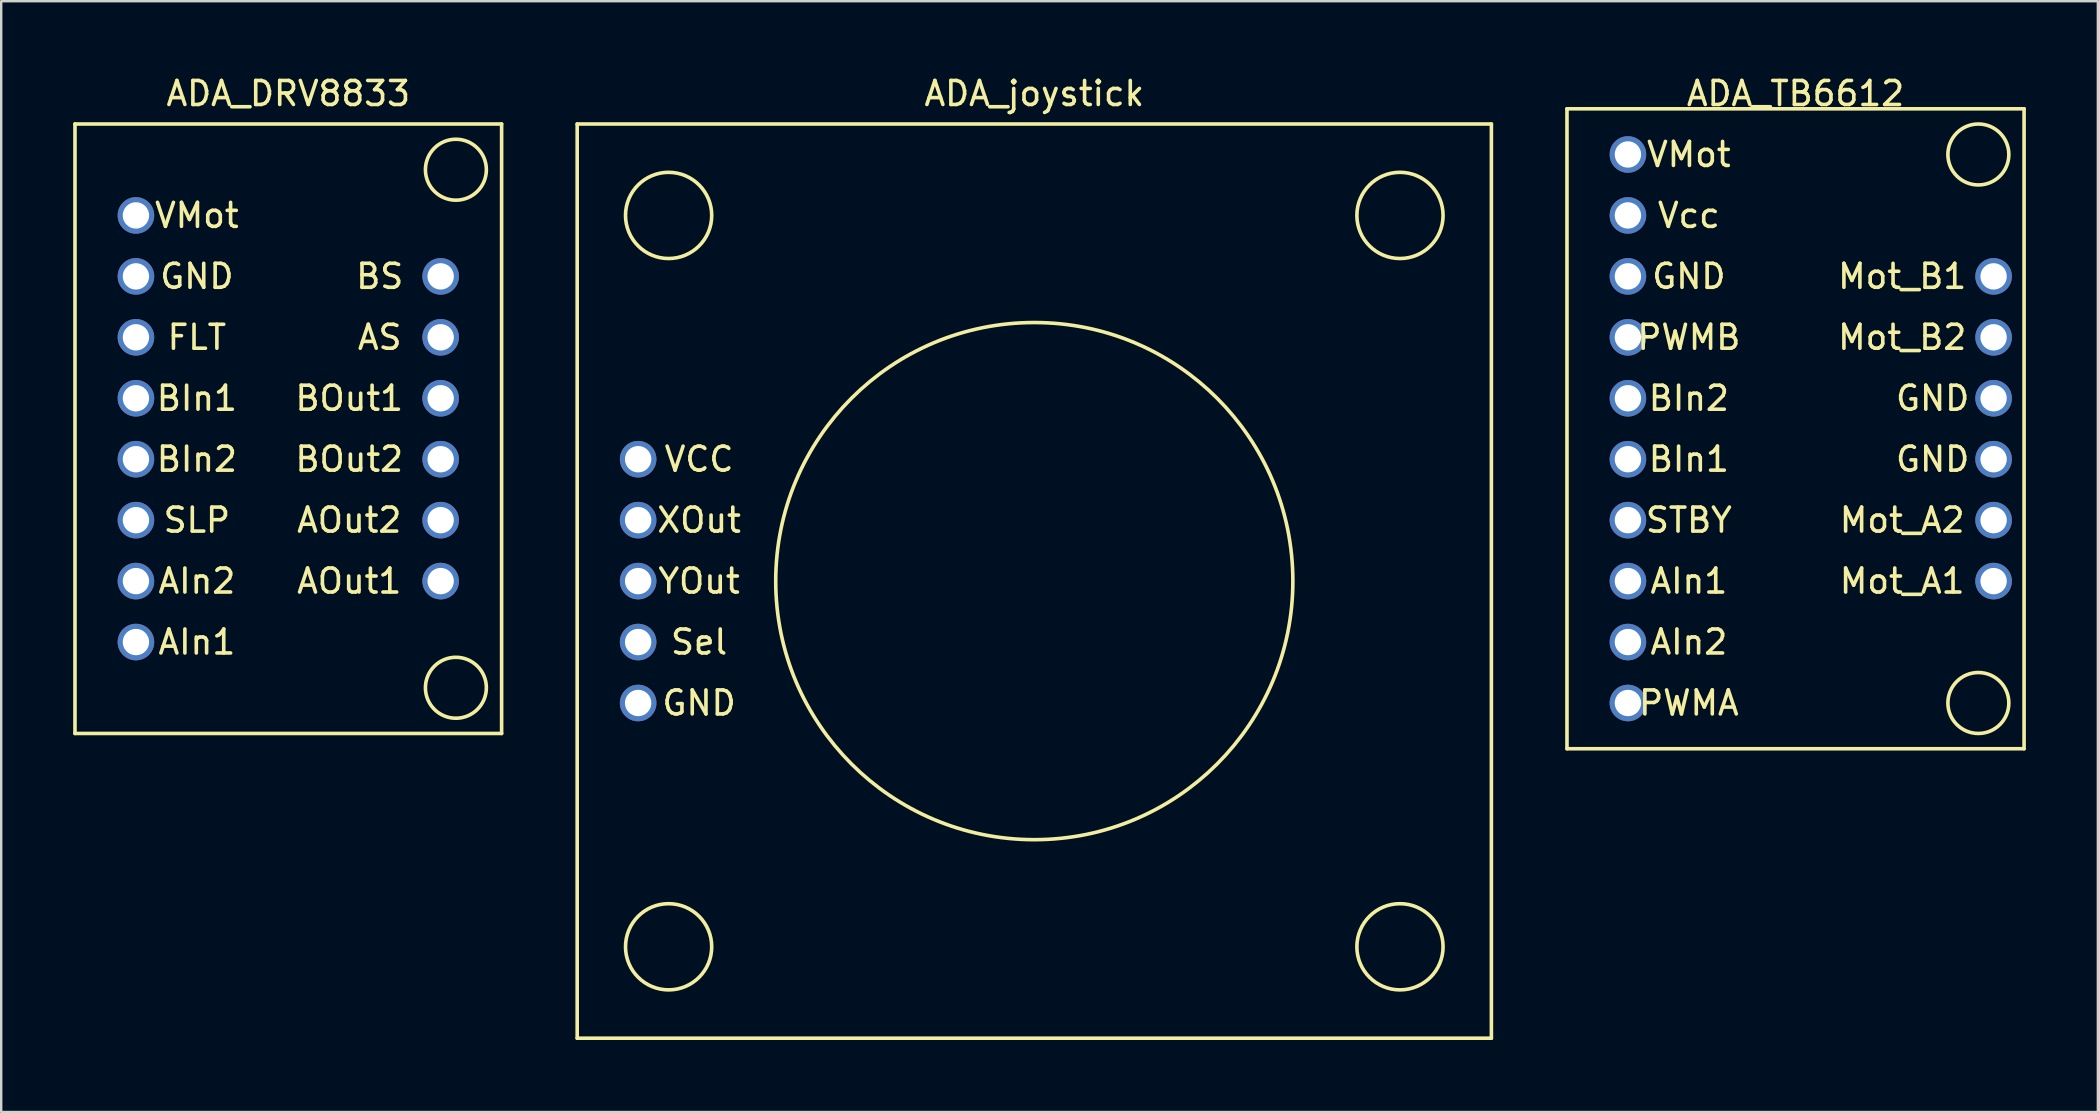
<source format=kicad_pcb>
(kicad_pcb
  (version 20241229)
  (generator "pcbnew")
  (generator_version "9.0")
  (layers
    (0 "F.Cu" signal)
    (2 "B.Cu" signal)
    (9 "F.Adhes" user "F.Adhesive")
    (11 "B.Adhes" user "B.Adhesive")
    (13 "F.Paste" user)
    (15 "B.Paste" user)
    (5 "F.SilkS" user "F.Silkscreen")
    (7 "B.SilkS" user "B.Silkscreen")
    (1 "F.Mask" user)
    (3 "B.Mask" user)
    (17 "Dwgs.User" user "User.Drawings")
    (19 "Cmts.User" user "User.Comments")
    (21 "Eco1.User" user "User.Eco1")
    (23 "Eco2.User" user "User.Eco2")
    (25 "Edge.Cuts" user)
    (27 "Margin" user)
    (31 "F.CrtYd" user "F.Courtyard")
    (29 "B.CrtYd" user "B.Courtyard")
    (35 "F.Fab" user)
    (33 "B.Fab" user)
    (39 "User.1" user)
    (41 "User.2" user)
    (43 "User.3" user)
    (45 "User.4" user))
  (footprint "ADA_DRV8833"
    (layer "F.Cu")
    (at 8.965 14.818)
    (property "Reference" "ADA_DRV8833" (at 0 -13.97 0) (layer "F.SilkS") (effects (font (size 1 1) (thickness 0.15))))
    (attr through_hole)
    (fp_line (start -8.89 -12.7) (end -8.89 12.7) (stroke (width 0.15) (type solid)) (layer "F.SilkS"))
    (fp_line (start -8.89 12.7) (end 8.89 12.7) (stroke (width 0.15) (type solid)) (layer "F.SilkS"))
    (fp_line (start 8.89 -12.7) (end -8.89 -12.7) (stroke (width 0.15) (type solid)) (layer "F.SilkS"))
    (fp_line (start 8.89 12.7) (end 8.89 -12.7) (stroke (width 0.15) (type solid)) (layer "F.SilkS"))
    (fp_circle (center 6.985 -10.795) (end 6.985 -12.065) (stroke (width 0.15) (type solid)) (fill no) (layer "F.SilkS"))
    (fp_circle (center 6.985 10.795) (end 6.985 9.525) (stroke (width 0.15) (type solid)) (fill no) (layer "F.SilkS"))
    (fp_text user "GND" (at -3.81 -6.35 0) (layer "F.SilkS") (effects (font (size 1 1) (thickness 0.15))))
    (fp_text user "BOut1" (at 2.54 -1.27 0) (layer "F.SilkS") (effects (font (size 1 1) (thickness 0.15))))
    (fp_text user "BS" (at 3.81 -6.35 0) (layer "F.SilkS") (effects (font (size 1 1) (thickness 0.15))))
    (fp_text user "AOut1" (at 2.54 6.35 0) (layer "F.SilkS") (effects (font (size 1 1) (thickness 0.15))))
    (fp_text user "AIn1" (at -3.81 8.89 0) (layer "F.SilkS") (effects (font (size 1 1) (thickness 0.15))))
    (fp_text user "AS" (at 3.81 -3.81 0) (layer "F.SilkS") (effects (font (size 1 1) (thickness 0.15))))
    (fp_text user "VMot" (at -3.81 -8.89 0) (layer "F.SilkS") (effects (font (size 1 1) (thickness 0.15))))
    (fp_text user "FLT" (at -3.81 -3.81 0) (layer "F.SilkS") (effects (font (size 1 1) (thickness 0.15))))
    (fp_text user "AOut2" (at 2.54 3.81 0) (layer "F.SilkS") (effects (font (size 1 1) (thickness 0.15))))
    (fp_text user "SLP" (at -3.81 3.81 0) (layer "F.SilkS") (effects (font (size 1 1) (thickness 0.15))))
    (fp_text user "BOut2" (at 2.54 1.27 0) (layer "F.SilkS") (effects (font (size 1 1) (thickness 0.15))))
    (fp_text user "BIn2" (at -3.81 1.27 0) (layer "F.SilkS") (effects (font (size 1 1) (thickness 0.15))))
    (fp_text user "AIn2" (at -3.81 6.35 0) (layer "F.SilkS") (effects (font (size 1 1) (thickness 0.15))))
    (fp_text user "BIn1" (at -3.81 -1.27 0) (layer "F.SilkS") (effects (font (size 1 1) (thickness 0.15))))
    (pad "1" thru_hole circle (at -6.35 -8.89) (size 1.524 1.524) (drill 1.1) (layers "*.Cu" "*.Mask"))
    (pad "2" thru_hole circle (at -6.35 -6.35) (size 1.524 1.524) (drill 1.1) (layers "*.Cu" "*.Mask"))
    (pad "3" thru_hole circle (at -6.35 -3.81) (size 1.524 1.524) (drill 1.1) (layers "*.Cu" "*.Mask"))
    (pad "4" thru_hole circle (at -6.35 -1.27) (size 1.524 1.524) (drill 1.1) (layers "*.Cu" "*.Mask"))
    (pad "5" thru_hole circle (at -6.35 1.27) (size 1.524 1.524) (drill 1.1) (layers "*.Cu" "*.Mask"))
    (pad "6" thru_hole circle (at -6.35 3.81) (size 1.524 1.524) (drill 1.1) (layers "*.Cu" "*.Mask"))
    (pad "7" thru_hole circle (at -6.35 6.35) (size 1.524 1.524) (drill 1.1) (layers "*.Cu" "*.Mask"))
    (pad "8" thru_hole circle (at -6.35 8.89) (size 1.524 1.524) (drill 1.1) (layers "*.Cu" "*.Mask"))
    (pad "9" thru_hole circle (at 6.35 6.35) (size 1.524 1.524) (drill 1.1) (layers "*.Cu" "*.Mask"))
    (pad "10" thru_hole circle (at 6.35 3.81) (size 1.524 1.524) (drill 1.1) (layers "*.Cu" "*.Mask"))
    (pad "11" thru_hole circle (at 6.35 1.27) (size 1.524 1.524) (drill 1.1) (layers "*.Cu" "*.Mask"))
    (pad "12" thru_hole circle (at 6.35 -1.27) (size 1.524 1.524) (drill 1.1) (layers "*.Cu" "*.Mask"))
    (pad "13" thru_hole circle (at 6.35 -3.81) (size 1.524 1.524) (drill 1.1) (layers "*.Cu" "*.Mask"))
    (pad "14" thru_hole circle (at 6.35 -6.35) (size 1.524 1.524) (drill 1.1) (layers "*.Cu" "*.Mask")))
  (footprint "ADA_joystick"
    (layer "F.Cu")
    (at 40.055 21.168)
    (property "Reference" "ADA_joystick" (at 0 -20.32 0) (layer "F.SilkS") (effects (font (size 1 1) (thickness 0.15))))
    (attr through_hole)
    (fp_line (start -19.05 -19.05) (end 19.05 -19.05) (stroke (width 0.15) (type solid)) (layer "F.SilkS"))
    (fp_line (start -19.05 19.05) (end -19.05 -19.05) (stroke (width 0.15) (type solid)) (layer "F.SilkS"))
    (fp_line (start 19.05 -19.05) (end 19.05 19.05) (stroke (width 0.15) (type solid)) (layer "F.SilkS"))
    (fp_line (start 19.05 19.05) (end -19.05 19.05) (stroke (width 0.15) (type solid)) (layer "F.SilkS"))
    (fp_circle (center -15.24 -15.24) (end -16.51 -16.51) (stroke (width 0.15) (type solid)) (fill no) (layer "F.SilkS"))
    (fp_circle (center -15.24 15.24) (end -16.51 13.97) (stroke (width 0.15) (type solid)) (fill no) (layer "F.SilkS"))
    (fp_circle (center 0 0) (end 7.62 -7.62) (stroke (width 0.15) (type solid)) (fill no) (layer "F.SilkS"))
    (fp_circle (center 15.24 -15.24) (end 13.97 -16.51) (stroke (width 0.15) (type solid)) (fill no) (layer "F.SilkS"))
    (fp_circle (center 15.24 15.24) (end 13.97 13.97) (stroke (width 0.15) (type solid)) (fill no) (layer "F.SilkS"))
    (fp_text user "VCC" (at -13.97 -5.08 0) (layer "F.SilkS") (effects (font (size 1 1) (thickness 0.15))))
    (fp_text user "Sel" (at -13.97 2.54 0) (layer "F.SilkS") (effects (font (size 1 1) (thickness 0.15))))
    (fp_text user "XOut" (at -13.97 -2.54 0) (layer "F.SilkS") (effects (font (size 1 1) (thickness 0.15))))
    (fp_text user "YOut" (at -13.97 0 0) (layer "F.SilkS") (effects (font (size 1 1) (thickness 0.15))))
    (fp_text user "GND" (at -13.97 5.08 0) (layer "F.SilkS") (effects (font (size 1 1) (thickness 0.15))))
    (pad "1" thru_hole circle (at -16.51 -5.08) (size 1.524 1.524) (drill 1.1) (layers "*.Cu" "*.Mask"))
    (pad "2" thru_hole circle (at -16.51 -2.54) (size 1.524 1.524) (drill 1.1) (layers "*.Cu" "*.Mask"))
    (pad "3" thru_hole circle (at -16.51 0) (size 1.524 1.524) (drill 1.1) (layers "*.Cu" "*.Mask"))
    (pad "4" thru_hole circle (at -16.51 2.54) (size 1.524 1.524) (drill 1.1) (layers "*.Cu" "*.Mask"))
    (pad "5" thru_hole circle (at -16.51 5.08) (size 1.524 1.524) (drill 1.1) (layers "*.Cu" "*.Mask")))
  (footprint "ADA_TB6612"
    (layer "F.Cu")
    (at 71.78 14.818)
    (property "Reference" "ADA_TB6612" (at 0 -13.97 0) (layer "F.SilkS") (effects (font (size 1 1) (thickness 0.15))))
    (attr through_hole)
    (fp_line (start -9.525 -13.335) (end -9.525 13.335) (stroke (width 0.15) (type solid)) (layer "F.SilkS"))
    (fp_line (start -9.525 13.335) (end 9.525 13.335) (stroke (width 0.15) (type solid)) (layer "F.SilkS"))
    (fp_line (start 9.525 -13.335) (end -9.525 -13.335) (stroke (width 0.15) (type solid)) (layer "F.SilkS"))
    (fp_line (start 9.525 13.335) (end 9.525 -13.335) (stroke (width 0.15) (type solid)) (layer "F.SilkS"))
    (fp_circle (center 7.62 -11.43) (end 7.62 -12.7) (stroke (width 0.15) (type solid)) (fill no) (layer "F.SilkS"))
    (fp_circle (center 7.62 11.43) (end 7.62 10.16) (stroke (width 0.15) (type solid)) (fill no) (layer "F.SilkS"))
    (fp_text user "PWMB" (at -4.445 -3.81 0) (layer "F.SilkS") (effects (font (size 1 1) (thickness 0.15))))
    (fp_text user "Mot_A1" (at 4.445 6.35 0) (layer "F.SilkS") (effects (font (size 1 1) (thickness 0.15))))
    (fp_text user "AIn1" (at -4.445 6.35 0) (layer "F.SilkS") (effects (font (size 1 1) (thickness 0.15))))
    (fp_text user "Mot_A2" (at 4.445 3.81 0) (layer "F.SilkS") (effects (font (size 1 1) (thickness 0.15))))
    (fp_text user "GND" (at 5.715 1.27 0) (layer "F.SilkS") (effects (font (size 1 1) (thickness 0.15))))
    (fp_text user "Mot_B1" (at 4.445 -6.35 0) (layer "F.SilkS") (effects (font (size 1 1) (thickness 0.15))))
    (fp_text user "BIn1" (at -4.445 1.27 0) (layer "F.SilkS") (effects (font (size 1 1) (thickness 0.15))))
    (fp_text user "BIn2" (at -4.445 -1.27 0) (layer "F.SilkS") (effects (font (size 1 1) (thickness 0.15))))
    (fp_text user "PWMA" (at -4.445 11.43 0) (layer "F.SilkS") (effects (font (size 1 1) (thickness 0.15))))
    (fp_text user "Mot_B2" (at 4.445 -3.81 0) (layer "F.SilkS") (effects (font (size 1 1) (thickness 0.15))))
    (fp_text user "STBY" (at -4.445 3.81 0) (layer "F.SilkS") (effects (font (size 1 1) (thickness 0.15))))
    (fp_text user "AIn2" (at -4.445 8.89 0) (layer "F.SilkS") (effects (font (size 1 1) (thickness 0.15))))
    (fp_text user "GND" (at 5.715 -1.27 0) (layer "F.SilkS") (effects (font (size 1 1) (thickness 0.15))))
    (fp_text user "GND" (at -4.445 -6.35 0) (layer "F.SilkS") (effects (font (size 1 1) (thickness 0.15))))
    (fp_text user "VMot" (at -4.445 -11.43 0) (layer "F.SilkS") (effects (font (size 1 1) (thickness 0.15))))
    (fp_text user "Vcc" (at -4.445 -8.89 0) (layer "F.SilkS") (effects (font (size 1 1) (thickness 0.15))))
    (pad "1" thru_hole circle (at -6.985 -11.43) (size 1.524 1.524) (drill 1.1) (layers "*.Cu" "*.Mask"))
    (pad "2" thru_hole circle (at -6.985 -8.89) (size 1.524 1.524) (drill 1.1) (layers "*.Cu" "*.Mask"))
    (pad "3" thru_hole circle (at -6.985 -6.35) (size 1.524 1.524) (drill 1.1) (layers "*.Cu" "*.Mask"))
    (pad "4" thru_hole circle (at -6.985 -3.81) (size 1.524 1.524) (drill 1.1) (layers "*.Cu" "*.Mask"))
    (pad "5" thru_hole circle (at -6.985 -1.27) (size 1.524 1.524) (drill 1.1) (layers "*.Cu" "*.Mask"))
    (pad "6" thru_hole circle (at -6.985 1.27) (size 1.524 1.524) (drill 1.1) (layers "*.Cu" "*.Mask"))
    (pad "7" thru_hole circle (at -6.985 3.81) (size 1.524 1.524) (drill 1.1) (layers "*.Cu" "*.Mask"))
    (pad "8" thru_hole circle (at -6.985 6.35) (size 1.524 1.524) (drill 1.1) (layers "*.Cu" "*.Mask"))
    (pad "9" thru_hole circle (at -6.985 8.89) (size 1.524 1.524) (drill 1.1) (layers "*.Cu" "*.Mask"))
    (pad "10" thru_hole circle (at -6.985 11.43) (size 1.524 1.524) (drill 1.1) (layers "*.Cu" "*.Mask"))
    (pad "11" thru_hole circle (at 8.255 6.35) (size 1.524 1.524) (drill 1.1) (layers "*.Cu" "*.Mask"))
    (pad "12" thru_hole circle (at 8.255 3.81) (size 1.524 1.524) (drill 1.1) (layers "*.Cu" "*.Mask"))
    (pad "13" thru_hole circle (at 8.255 1.27) (size 1.524 1.524) (drill 1.1) (layers "*.Cu" "*.Mask"))
    (pad "14" thru_hole circle (at 8.255 -1.27) (size 1.524 1.524) (drill 1.1) (layers "*.Cu" "*.Mask"))
    (pad "15" thru_hole circle (at 8.255 -3.81) (size 1.524 1.524) (drill 1.1) (layers "*.Cu" "*.Mask"))
    (pad "16" thru_hole circle (at 8.255 -6.35) (size 1.524 1.524) (drill 1.1) (layers "*.Cu" "*.Mask")))
  (gr_rect
    (start -3 -3)
    (end 84.38 43.293)
    (stroke (width 0.1) (type default))
    (fill no)
    (layer "Edge.Cuts")))
</source>
